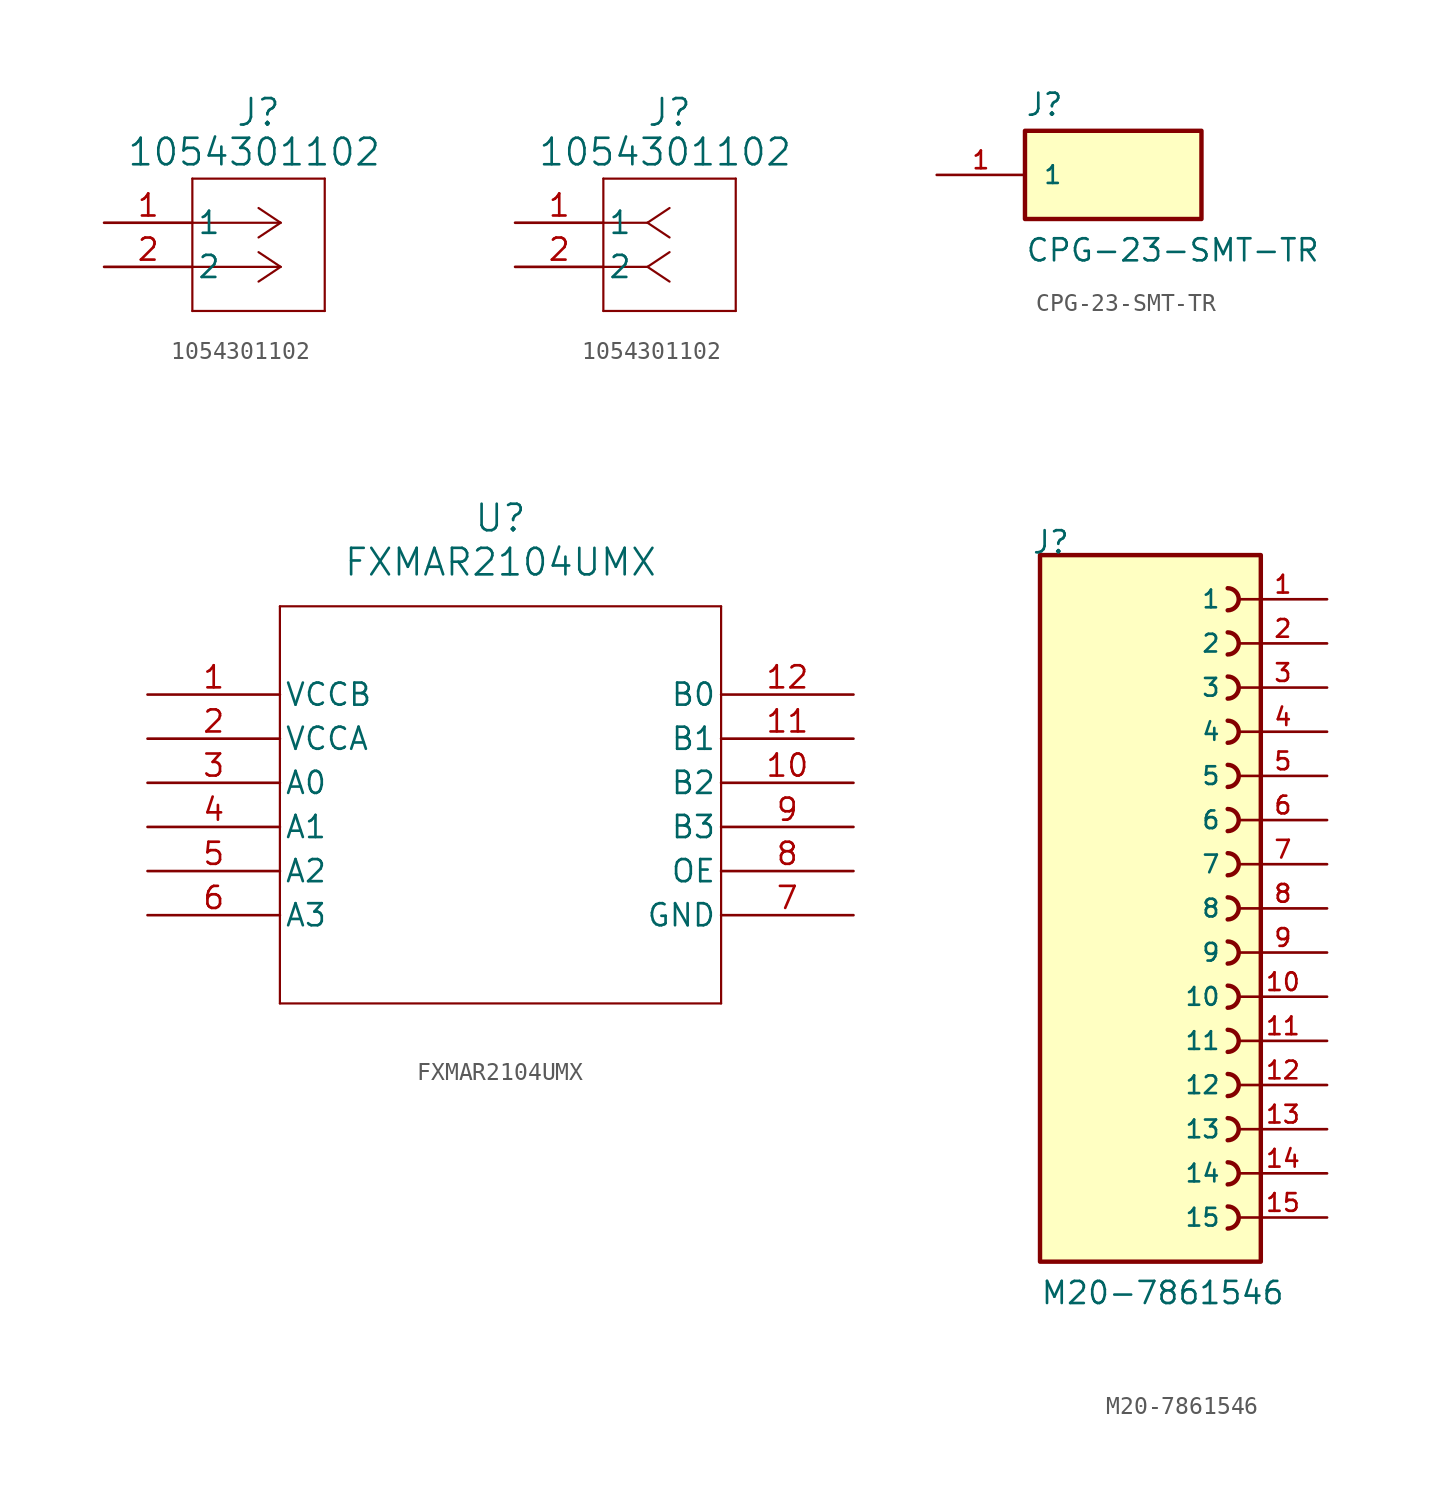
<source format=kicad_sym>
(kicad_symbol_lib
  (version 20241209)
  (generator "kicad_symbol_editor")
  (generator_version "9.0")
  (symbol "1054301102"
    (pin_names
      (offset 0.254))
    (property "Reference" "J"
      (at 8.89 6.35 0)
      (effects (font (size 1.524 1.524))))
    (property "Value" "1054301102"
      (at 8.636 4.064 0)
      (effects (font (size 1.524 1.524))))
    (property "ki_locked" ""
      (at 0 0 0)
      (effects (font (size 1.27 1.27))))
    (symbol "1054301102_1_1"
      (polyline (pts (xy 5.08 2.54) (xy 5.08 -5.08)) (stroke (width 0.127) (type default)) (fill (type none)))
      (polyline (pts (xy 5.08 -5.08) (xy 12.7 -5.08)) (stroke (width 0.127) (type default)) (fill (type none)))
      (polyline (pts (xy 10.16 0) (xy 5.08 0)) (stroke (width 0.127) (type default)) (fill (type none)))
      (polyline (pts (xy 10.16 0) (xy 8.89 0.847)) (stroke (width 0.127) (type default)) (fill (type none)))
      (polyline (pts (xy 10.16 0) (xy 8.89 -0.847)) (stroke (width 0.127) (type default)) (fill (type none)))
      (polyline (pts (xy 10.16 -2.54) (xy 5.08 -2.54)) (stroke (width 0.127) (type default)) (fill (type none)))
      (polyline (pts (xy 10.16 -2.54) (xy 8.89 -1.693)) (stroke (width 0.127) (type default)) (fill (type none)))
      (polyline (pts (xy 10.16 -2.54) (xy 8.89 -3.387)) (stroke (width 0.127) (type default)) (fill (type none)))
      (polyline (pts (xy 12.7 2.54) (xy 5.08 2.54)) (stroke (width 0.127) (type default)) (fill (type none)))
      (polyline (pts (xy 12.7 -5.08) (xy 12.7 2.54)) (stroke (width 0.127) (type default)) (fill (type none)))
      (pin unspecified line (at 0 0 0) (length 5.08) (name "1" (effects (font (size 1.27 1.27)))) (number "1" (effects (font (size 1.27 1.27)))))
      (pin unspecified line (at 0 -2.54 0) (length 5.08) (name "2" (effects (font (size 1.27 1.27)))) (number "2" (effects (font (size 1.27 1.27))))))
    (symbol "1054301102_1_2"
      (polyline (pts (xy 5.08 2.54) (xy 5.08 -5.08)) (stroke (width 0.127) (type default)) (fill (type none)))
      (polyline (pts (xy 5.08 -5.08) (xy 12.7 -5.08)) (stroke (width 0.127) (type default)) (fill (type none)))
      (polyline (pts (xy 7.62 0) (xy 5.08 0)) (stroke (width 0.127) (type default)) (fill (type none)))
      (polyline (pts (xy 7.62 0) (xy 8.89 0.847)) (stroke (width 0.127) (type default)) (fill (type none)))
      (polyline (pts (xy 7.62 0) (xy 8.89 -0.847)) (stroke (width 0.127) (type default)) (fill (type none)))
      (polyline (pts (xy 7.62 -2.54) (xy 5.08 -2.54)) (stroke (width 0.127) (type default)) (fill (type none)))
      (polyline (pts (xy 7.62 -2.54) (xy 8.89 -1.693)) (stroke (width 0.127) (type default)) (fill (type none)))
      (polyline (pts (xy 7.62 -2.54) (xy 8.89 -3.387)) (stroke (width 0.127) (type default)) (fill (type none)))
      (polyline (pts (xy 12.7 2.54) (xy 5.08 2.54)) (stroke (width 0.127) (type default)) (fill (type none)))
      (polyline (pts (xy 12.7 -5.08) (xy 12.7 2.54)) (stroke (width 0.127) (type default)) (fill (type none)))
      (pin unspecified line (at 0 0 0) (length 5.08) (name "1" (effects (font (size 1.27 1.27)))) (number "1" (effects (font (size 1.27 1.27)))))
      (pin unspecified line (at 0 -2.54 0) (length 5.08) (name "2" (effects (font (size 1.27 1.27)))) (number "2" (effects (font (size 1.27 1.27)))))))
  (symbol "CPG-23-SMT-TR"
    (pin_names
      (offset 1.016))
    (property "Reference" "J"
      (at -5.08 3.302 0)
      (effects (font (size 1.27 1.27)) (justify left bottom)))
    (property "Value" "CPG-23-SMT-TR"
      (at -5.08 -5.08 0)
      (effects (font (size 1.27 1.27)) (justify left bottom)))
    (symbol "CPG-23-SMT-TR_0_0"
      (rectangle (start -5.08 -2.54) (end 5.08 2.54) (stroke (width 0.254) (type default)) (fill (type background)))
      (pin passive line (at -10.16 0 0) (length 5.08) (name "1" (effects (font (size 1.016 1.016)))) (number "1" (effects (font (size 1.016 1.016)))))))
  (symbol "FXMAR2104UMX"
    (pin_names
      (offset 0.254))
    (property "Reference" "U"
      (at 20.32 10.16 0)
      (effects (font (size 1.524 1.524))))
    (property "Value" "FXMAR2104UMX"
      (at 20.32 7.62 0)
      (effects (font (size 1.524 1.524))))
    (property "ki_locked" ""
      (at 0 0 0)
      (effects (font (size 1.27 1.27))))
    (symbol "FXMAR2104UMX_0_1"
      (polyline (pts (xy 7.62 5.08) (xy 7.62 -17.78)) (stroke (width 0.127) (type default)) (fill (type none)))
      (polyline (pts (xy 7.62 -17.78) (xy 33.02 -17.78)) (stroke (width 0.127) (type default)) (fill (type none)))
      (polyline (pts (xy 33.02 5.08) (xy 7.62 5.08)) (stroke (width 0.127) (type default)) (fill (type none)))
      (polyline (pts (xy 33.02 -17.78) (xy 33.02 5.08)) (stroke (width 0.127) (type default)) (fill (type none)))
      (pin power_in line (at 0 0 0) (length 7.62) (name "VCCB" (effects (font (size 1.27 1.27)))) (number "1" (effects (font (size 1.27 1.27)))))
      (pin power_in line (at 0 -2.54 0) (length 7.62) (name "VCCA" (effects (font (size 1.27 1.27)))) (number "2" (effects (font (size 1.27 1.27)))))
      (pin bidirectional line (at 0 -5.08 0) (length 7.62) (name "A0" (effects (font (size 1.27 1.27)))) (number "3" (effects (font (size 1.27 1.27)))))
      (pin bidirectional line (at 0 -7.62 0) (length 7.62) (name "A1" (effects (font (size 1.27 1.27)))) (number "4" (effects (font (size 1.27 1.27)))))
      (pin bidirectional line (at 0 -10.16 0) (length 7.62) (name "A2" (effects (font (size 1.27 1.27)))) (number "5" (effects (font (size 1.27 1.27)))))
      (pin bidirectional line (at 0 -12.7 0) (length 7.62) (name "A3" (effects (font (size 1.27 1.27)))) (number "6" (effects (font (size 1.27 1.27)))))
      (pin bidirectional line (at 40.64 0 180) (length 7.62) (name "B0" (effects (font (size 1.27 1.27)))) (number "12" (effects (font (size 1.27 1.27)))))
      (pin bidirectional line (at 40.64 -2.54 180) (length 7.62) (name "B1" (effects (font (size 1.27 1.27)))) (number "11" (effects (font (size 1.27 1.27)))))
      (pin bidirectional line (at 40.64 -5.08 180) (length 7.62) (name "B2" (effects (font (size 1.27 1.27)))) (number "10" (effects (font (size 1.27 1.27)))))
      (pin bidirectional line (at 40.64 -7.62 180) (length 7.62) (name "B3" (effects (font (size 1.27 1.27)))) (number "9" (effects (font (size 1.27 1.27)))))
      (pin input line (at 40.64 -10.16 180) (length 7.62) (name "OE" (effects (font (size 1.27 1.27)))) (number "8" (effects (font (size 1.27 1.27)))))
      (pin power_out line (at 40.64 -12.7 180) (length 7.62) (name "GND" (effects (font (size 1.27 1.27)))) (number "7" (effects (font (size 1.27 1.27)))))))
  (symbol "M20-7861546"
    (pin_names
      (offset 1.016))
    (property "Reference" "J"
      (at -6.85 20.32 0)
      (effects (font (size 1.27 1.27)) (justify left bottom)))
    (property "Value" "M20-7861546"
      (at -6.35 -22.86 0)
      (effects (font (size 1.27 1.27)) (justify left bottom)))
    (symbol "M20-7861546_0_0"
      (rectangle (start -6.35 20.32) (end 6.35 -20.32) (stroke (width 0.254) (type default)) (fill (type background)))
      (arc (start 4.445 18.415) (mid 5.0772 17.78) (end 4.445 17.145) (stroke (width 0.254) (type default)) (fill (type none)))
      (arc (start 4.445 15.875) (mid 5.0772 15.24) (end 4.445 14.605) (stroke (width 0.254) (type default)) (fill (type none)))
      (arc (start 4.445 13.335) (mid 5.0772 12.7) (end 4.445 12.065) (stroke (width 0.254) (type default)) (fill (type none)))
      (arc (start 4.445 10.795) (mid 5.0772 10.16) (end 4.445 9.525) (stroke (width 0.254) (type default)) (fill (type none)))
      (arc (start 4.445 8.255) (mid 5.0772 7.62) (end 4.445 6.985) (stroke (width 0.254) (type default)) (fill (type none)))
      (arc (start 4.445 5.715) (mid 5.0772 5.08) (end 4.445 4.445) (stroke (width 0.254) (type default)) (fill (type none)))
      (arc (start 4.445 3.175) (mid 5.0772 2.54) (end 4.445 1.905) (stroke (width 0.254) (type default)) (fill (type none)))
      (arc (start 4.445 0.635) (mid 5.0772 0) (end 4.445 -0.635) (stroke (width 0.254) (type default)) (fill (type none)))
      (arc (start 4.445 -1.905) (mid 5.0772 -2.54) (end 4.445 -3.175) (stroke (width 0.254) (type default)) (fill (type none)))
      (arc (start 4.445 -4.445) (mid 5.0772 -5.08) (end 4.445 -5.715) (stroke (width 0.254) (type default)) (fill (type none)))
      (arc (start 4.445 -6.985) (mid 5.0772 -7.62) (end 4.445 -8.255) (stroke (width 0.254) (type default)) (fill (type none)))
      (arc (start 4.445 -9.525) (mid 5.0772 -10.16) (end 4.445 -10.795) (stroke (width 0.254) (type default)) (fill (type none)))
      (arc (start 4.445 -12.065) (mid 5.0772 -12.7) (end 4.445 -13.335) (stroke (width 0.254) (type default)) (fill (type none)))
      (arc (start 4.445 -14.605) (mid 5.0772 -15.24) (end 4.445 -15.875) (stroke (width 0.254) (type default)) (fill (type none)))
      (arc (start 4.445 -17.145) (mid 5.0772 -17.78) (end 4.445 -18.415) (stroke (width 0.254) (type default)) (fill (type none)))
      (pin passive line (at 10.16 17.78 180) (length 5.08) (name "1" (effects (font (size 1.016 1.016)))) (number "1" (effects (font (size 1.016 1.016)))))
      (pin passive line (at 10.16 15.24 180) (length 5.08) (name "2" (effects (font (size 1.016 1.016)))) (number "2" (effects (font (size 1.016 1.016)))))
      (pin passive line (at 10.16 12.7 180) (length 5.08) (name "3" (effects (font (size 1.016 1.016)))) (number "3" (effects (font (size 1.016 1.016)))))
      (pin passive line (at 10.16 10.16 180) (length 5.08) (name "4" (effects (font (size 1.016 1.016)))) (number "4" (effects (font (size 1.016 1.016)))))
      (pin passive line (at 10.16 7.62 180) (length 5.08) (name "5" (effects (font (size 1.016 1.016)))) (number "5" (effects (font (size 1.016 1.016)))))
      (pin passive line (at 10.16 5.08 180) (length 5.08) (name "6" (effects (font (size 1.016 1.016)))) (number "6" (effects (font (size 1.016 1.016)))))
      (pin passive line (at 10.16 2.54 180) (length 5.08) (name "7" (effects (font (size 1.016 1.016)))) (number "7" (effects (font (size 1.016 1.016)))))
      (pin passive line (at 10.16 0 180) (length 5.08) (name "8" (effects (font (size 1.016 1.016)))) (number "8" (effects (font (size 1.016 1.016)))))
      (pin passive line (at 10.16 -2.54 180) (length 5.08) (name "9" (effects (font (size 1.016 1.016)))) (number "9" (effects (font (size 1.016 1.016)))))
      (pin passive line (at 10.16 -5.08 180) (length 5.08) (name "10" (effects (font (size 1.016 1.016)))) (number "10" (effects (font (size 1.016 1.016)))))
      (pin passive line (at 10.16 -7.62 180) (length 5.08) (name "11" (effects (font (size 1.016 1.016)))) (number "11" (effects (font (size 1.016 1.016)))))
      (pin passive line (at 10.16 -10.16 180) (length 5.08) (name "12" (effects (font (size 1.016 1.016)))) (number "12" (effects (font (size 1.016 1.016)))))
      (pin passive line (at 10.16 -12.7 180) (length 5.08) (name "13" (effects (font (size 1.016 1.016)))) (number "13" (effects (font (size 1.016 1.016)))))
      (pin passive line (at 10.16 -15.24 180) (length 5.08) (name "14" (effects (font (size 1.016 1.016)))) (number "14" (effects (font (size 1.016 1.016)))))
      (pin passive line (at 10.16 -17.78 180) (length 5.08) (name "15" (effects (font (size 1.016 1.016)))) (number "15" (effects (font (size 1.016 1.016))))))))
</source>
